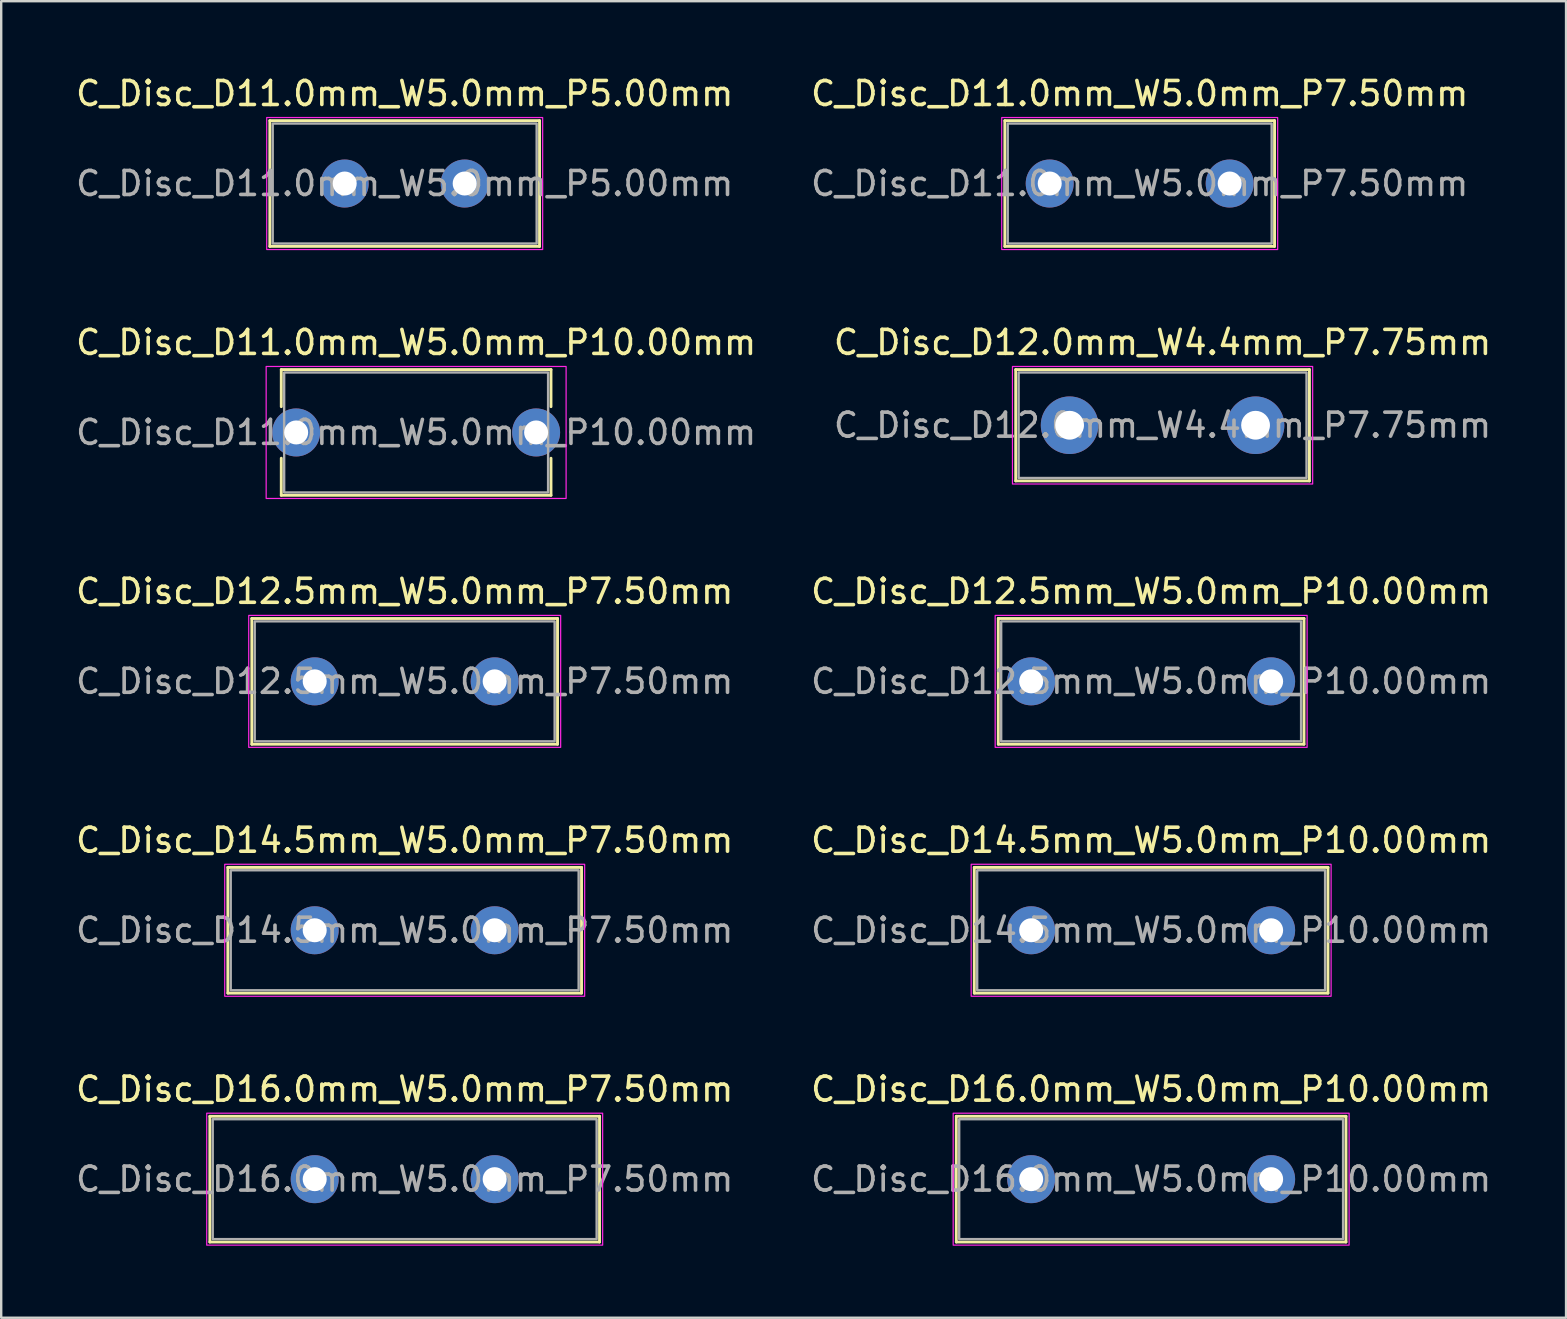
<source format=kicad_pcb>
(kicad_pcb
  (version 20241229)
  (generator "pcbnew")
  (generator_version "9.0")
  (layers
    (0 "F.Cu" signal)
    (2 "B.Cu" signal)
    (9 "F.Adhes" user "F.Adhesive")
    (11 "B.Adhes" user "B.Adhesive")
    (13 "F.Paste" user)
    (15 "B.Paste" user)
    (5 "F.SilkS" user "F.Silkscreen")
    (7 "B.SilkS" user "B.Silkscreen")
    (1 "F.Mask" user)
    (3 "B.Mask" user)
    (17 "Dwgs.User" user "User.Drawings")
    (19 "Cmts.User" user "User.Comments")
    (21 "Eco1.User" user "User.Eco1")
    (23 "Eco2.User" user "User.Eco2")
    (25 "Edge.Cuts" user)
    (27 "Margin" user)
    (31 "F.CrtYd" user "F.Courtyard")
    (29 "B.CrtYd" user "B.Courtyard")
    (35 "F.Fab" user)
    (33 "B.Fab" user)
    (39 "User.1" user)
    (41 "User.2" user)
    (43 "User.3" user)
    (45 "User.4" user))
  (footprint "C_Disc_D12.5mm_W5.0mm_P7.50mm"
    (layer "F.Cu")
    (at 10.065 25.345)
    (property "Reference" "C_Disc_D12.5mm_W5.0mm_P7.50mm" (at 3.75 -3.75 0) (layer "F.SilkS") (effects (font (size 1 1) (thickness 0.15))))
    (attr through_hole)
    (fp_line (start -2.62 -2.62) (end 10.12 -2.62) (stroke (width 0.12) (type solid)) (layer "F.SilkS"))
    (fp_line (start -2.62 2.62) (end -2.62 -2.62) (stroke (width 0.12) (type solid)) (layer "F.SilkS"))
    (fp_line (start 10.12 -2.62) (end 10.12 2.62) (stroke (width 0.12) (type solid)) (layer "F.SilkS"))
    (fp_line (start 10.12 2.62) (end -2.62 2.62) (stroke (width 0.12) (type solid)) (layer "F.SilkS"))
    (fp_rect (start -2.75 -2.75) (end 10.25 2.75) (stroke (width 0.05) (type solid)) (fill no) (layer "F.CrtYd"))
    (fp_rect (start -2.5 -2.5) (end 10 2.5) (stroke (width 0.1) (type solid)) (fill no) (layer "F.Fab"))
    (fp_text user "${REFERENCE}" (at 3.75 0 0) (layer "F.Fab") (effects (font (size 1 1) (thickness 0.15))))
    (pad "1" thru_hole circle (at 0 0) (size 2 2) (drill 1) (layers "*.Cu" "*.Mask"))
    (pad "2" thru_hole circle (at 7.5 0) (size 2 2) (drill 1) (layers "*.Cu" "*.Mask")))
  (footprint "C_Disc_D16.0mm_W5.0mm_P10.00mm"
    (layer "F.Cu")
    (at 39.923 46.091)
    (property "Reference" "C_Disc_D16.0mm_W5.0mm_P10.00mm" (at 5 -3.75 0) (layer "F.SilkS") (effects (font (size 1 1) (thickness 0.15))))
    (attr through_hole)
    (fp_line (start -3.12 -2.62) (end 13.12 -2.62) (stroke (width 0.12) (type solid)) (layer "F.SilkS"))
    (fp_line (start -3.12 2.62) (end -3.12 -2.62) (stroke (width 0.12) (type solid)) (layer "F.SilkS"))
    (fp_line (start 13.12 -2.62) (end 13.12 2.62) (stroke (width 0.12) (type solid)) (layer "F.SilkS"))
    (fp_line (start 13.12 2.62) (end -3.12 2.62) (stroke (width 0.12) (type solid)) (layer "F.SilkS"))
    (fp_rect (start -3.25 -2.75) (end 13.25 2.75) (stroke (width 0.05) (type solid)) (fill no) (layer "F.CrtYd"))
    (fp_rect (start -3 -2.5) (end 13 2.5) (stroke (width 0.1) (type solid)) (fill no) (layer "F.Fab"))
    (fp_text user "${REFERENCE}" (at 5 0 0) (layer "F.Fab") (effects (font (size 1 1) (thickness 0.15))))
    (pad "1" thru_hole circle (at 0 0) (size 2 2) (drill 1) (layers "*.Cu" "*.Mask"))
    (pad "2" thru_hole circle (at 10 0) (size 2 2) (drill 1) (layers "*.Cu" "*.Mask")))
  (footprint "C_Disc_D14.5mm_W5.0mm_P7.50mm"
    (layer "F.Cu")
    (at 10.065 35.718)
    (property "Reference" "C_Disc_D14.5mm_W5.0mm_P7.50mm" (at 3.75 -3.75 0) (layer "F.SilkS") (effects (font (size 1 1) (thickness 0.15))))
    (attr through_hole)
    (fp_line (start -3.62 -2.62) (end 11.12 -2.62) (stroke (width 0.12) (type solid)) (layer "F.SilkS"))
    (fp_line (start -3.62 2.62) (end -3.62 -2.62) (stroke (width 0.12) (type solid)) (layer "F.SilkS"))
    (fp_line (start 11.12 -2.62) (end 11.12 2.62) (stroke (width 0.12) (type solid)) (layer "F.SilkS"))
    (fp_line (start 11.12 2.62) (end -3.62 2.62) (stroke (width 0.12) (type solid)) (layer "F.SilkS"))
    (fp_rect (start -3.75 -2.75) (end 11.25 2.75) (stroke (width 0.05) (type solid)) (fill no) (layer "F.CrtYd"))
    (fp_rect (start -3.5 -2.5) (end 11 2.5) (stroke (width 0.1) (type solid)) (fill no) (layer "F.Fab"))
    (fp_text user "${REFERENCE}" (at 3.75 0 0) (layer "F.Fab") (effects (font (size 1 1) (thickness 0.15))))
    (pad "1" thru_hole circle (at 0 0) (size 2 2) (drill 1) (layers "*.Cu" "*.Mask"))
    (pad "2" thru_hole circle (at 7.5 0) (size 2 2) (drill 1) (layers "*.Cu" "*.Mask")))
  (footprint "C_Disc_D14.5mm_W5.0mm_P10.00mm"
    (layer "F.Cu")
    (at 39.923 35.718)
    (property "Reference" "C_Disc_D14.5mm_W5.0mm_P10.00mm" (at 5 -3.75 0) (layer "F.SilkS") (effects (font (size 1 1) (thickness 0.15))))
    (attr through_hole)
    (fp_line (start -2.37 -2.62) (end 12.37 -2.62) (stroke (width 0.12) (type solid)) (layer "F.SilkS"))
    (fp_line (start -2.37 2.62) (end -2.37 -2.62) (stroke (width 0.12) (type solid)) (layer "F.SilkS"))
    (fp_line (start 12.37 -2.62) (end 12.37 2.62) (stroke (width 0.12) (type solid)) (layer "F.SilkS"))
    (fp_line (start 12.37 2.62) (end -2.37 2.62) (stroke (width 0.12) (type solid)) (layer "F.SilkS"))
    (fp_rect (start -2.5 -2.75) (end 12.5 2.75) (stroke (width 0.05) (type solid)) (fill no) (layer "F.CrtYd"))
    (fp_rect (start -2.25 -2.5) (end 12.25 2.5) (stroke (width 0.1) (type solid)) (fill no) (layer "F.Fab"))
    (fp_text user "${REFERENCE}" (at 5 0 0) (layer "F.Fab") (effects (font (size 1 1) (thickness 0.15))))
    (pad "1" thru_hole circle (at 0 0) (size 2 2) (drill 1) (layers "*.Cu" "*.Mask"))
    (pad "2" thru_hole circle (at 10 0) (size 2 2) (drill 1) (layers "*.Cu" "*.Mask")))
  (footprint "C_Disc_D11.0mm_W5.0mm_P10.00mm"
    (layer "F.Cu")
    (at 9.292 14.972)
    (property "Reference" "C_Disc_D11.0mm_W5.0mm_P10.00mm" (at 5 -3.75 0) (layer "F.SilkS") (effects (font (size 1 1) (thickness 0.15))))
    (attr through_hole)
    (fp_line (start -0.62 -2.62) (end 10.62 -2.62) (stroke (width 0.12) (type solid)) (layer "F.SilkS"))
    (fp_line (start -0.62 -1.074) (end -0.62 -2.62) (stroke (width 0.12) (type solid)) (layer "F.SilkS"))
    (fp_line (start -0.62 2.62) (end -0.62 1.074) (stroke (width 0.12) (type solid)) (layer "F.SilkS"))
    (fp_line (start 10.62 -2.62) (end 10.62 -1.074) (stroke (width 0.12) (type solid)) (layer "F.SilkS"))
    (fp_line (start 10.62 1.074) (end 10.62 2.62) (stroke (width 0.12) (type solid)) (layer "F.SilkS"))
    (fp_line (start 10.62 2.62) (end -0.62 2.62) (stroke (width 0.12) (type solid)) (layer "F.SilkS"))
    (fp_rect (start -1.25 -2.75) (end 11.25 2.75) (stroke (width 0.05) (type solid)) (fill no) (layer "F.CrtYd"))
    (fp_rect (start -0.5 -2.5) (end 10.5 2.5) (stroke (width 0.1) (type solid)) (fill no) (layer "F.Fab"))
    (fp_text user "${REFERENCE}" (at 5 0 0) (layer "F.Fab") (effects (font (size 1 1) (thickness 0.15))))
    (pad "1" thru_hole circle (at 0 0) (size 2 2) (drill 1) (layers "*.Cu" "*.Mask"))
    (pad "2" thru_hole circle (at 10 0) (size 2 2) (drill 1) (layers "*.Cu" "*.Mask")))
  (footprint "C_Disc_D16.0mm_W5.0mm_P7.50mm"
    (layer "F.Cu")
    (at 10.065 46.091)
    (property "Reference" "C_Disc_D16.0mm_W5.0mm_P7.50mm" (at 3.75 -3.75 0) (layer "F.SilkS") (effects (font (size 1 1) (thickness 0.15))))
    (attr through_hole)
    (fp_line (start -4.37 -2.62) (end 11.87 -2.62) (stroke (width 0.12) (type solid)) (layer "F.SilkS"))
    (fp_line (start -4.37 2.62) (end -4.37 -2.62) (stroke (width 0.12) (type solid)) (layer "F.SilkS"))
    (fp_line (start 11.87 -2.62) (end 11.87 2.62) (stroke (width 0.12) (type solid)) (layer "F.SilkS"))
    (fp_line (start 11.87 2.62) (end -4.37 2.62) (stroke (width 0.12) (type solid)) (layer "F.SilkS"))
    (fp_rect (start -4.5 -2.75) (end 12 2.75) (stroke (width 0.05) (type solid)) (fill no) (layer "F.CrtYd"))
    (fp_rect (start -4.25 -2.5) (end 11.75 2.5) (stroke (width 0.1) (type solid)) (fill no) (layer "F.Fab"))
    (fp_text user "${REFERENCE}" (at 3.75 0 0) (layer "F.Fab") (effects (font (size 1 1) (thickness 0.15))))
    (pad "1" thru_hole circle (at 0 0) (size 2 2) (drill 1) (layers "*.Cu" "*.Mask"))
    (pad "2" thru_hole circle (at 7.5 0) (size 2 2) (drill 1) (layers "*.Cu" "*.Mask")))
  (footprint "C_Disc_D11.0mm_W5.0mm_P5.00mm"
    (layer "F.Cu")
    (at 11.315 4.598)
    (property "Reference" "C_Disc_D11.0mm_W5.0mm_P5.00mm" (at 2.5 -3.75 0) (layer "F.SilkS") (effects (font (size 1 1) (thickness 0.15))))
    (attr through_hole)
    (fp_line (start -3.12 -2.62) (end 8.12 -2.62) (stroke (width 0.12) (type solid)) (layer "F.SilkS"))
    (fp_line (start -3.12 2.62) (end -3.12 -2.62) (stroke (width 0.12) (type solid)) (layer "F.SilkS"))
    (fp_line (start 8.12 -2.62) (end 8.12 2.62) (stroke (width 0.12) (type solid)) (layer "F.SilkS"))
    (fp_line (start 8.12 2.62) (end -3.12 2.62) (stroke (width 0.12) (type solid)) (layer "F.SilkS"))
    (fp_rect (start -3.25 -2.75) (end 8.25 2.75) (stroke (width 0.05) (type solid)) (fill no) (layer "F.CrtYd"))
    (fp_rect (start -3 -2.5) (end 8 2.5) (stroke (width 0.1) (type solid)) (fill no) (layer "F.Fab"))
    (fp_text user "${REFERENCE}" (at 2.5 0 0) (layer "F.Fab") (effects (font (size 1 1) (thickness 0.15))))
    (pad "1" thru_hole circle (at 0 0) (size 2 2) (drill 1) (layers "*.Cu" "*.Mask"))
    (pad "2" thru_hole circle (at 5 0) (size 2 2) (drill 1) (layers "*.Cu" "*.Mask")))
  (footprint "C_Disc_D12.0mm_W4.4mm_P7.75mm"
    (layer "F.Cu")
    (at 41.524 14.671)
    (property "Reference" "C_Disc_D12.0mm_W4.4mm_P7.75mm" (at 3.875 -3.45 0) (layer "F.SilkS") (effects (font (size 1 1) (thickness 0.15))))
    (attr through_hole)
    (fp_line (start -2.245 -2.32) (end 9.995 -2.32) (stroke (width 0.12) (type solid)) (layer "F.SilkS"))
    (fp_line (start -2.245 2.32) (end -2.245 -2.32) (stroke (width 0.12) (type solid)) (layer "F.SilkS"))
    (fp_line (start 9.995 -2.32) (end 9.995 2.32) (stroke (width 0.12) (type solid)) (layer "F.SilkS"))
    (fp_line (start 9.995 2.32) (end -2.245 2.32) (stroke (width 0.12) (type solid)) (layer "F.SilkS"))
    (fp_rect (start -2.38 -2.45) (end 10.13 2.45) (stroke (width 0.05) (type solid)) (fill no) (layer "F.CrtYd"))
    (fp_rect (start -2.125 -2.2) (end 9.875 2.2) (stroke (width 0.1) (type solid)) (fill no) (layer "F.Fab"))
    (fp_text user "${REFERENCE}" (at 3.875 0 0) (layer "F.Fab") (effects (font (size 1 1) (thickness 0.15))))
    (pad "1" thru_hole circle (at 0 0) (size 2.4 2.4) (drill 1.2) (layers "*.Cu" "*.Mask"))
    (pad "2" thru_hole circle (at 7.75 0) (size 2.4 2.4) (drill 1.2) (layers "*.Cu" "*.Mask")))
  (footprint "C_Disc_D11.0mm_W5.0mm_P7.50mm"
    (layer "F.Cu")
    (at 40.696 4.598)
    (property "Reference" "C_Disc_D11.0mm_W5.0mm_P7.50mm" (at 3.75 -3.75 0) (layer "F.SilkS") (effects (font (size 1 1) (thickness 0.15))))
    (attr through_hole)
    (fp_line (start -1.87 -2.62) (end 9.37 -2.62) (stroke (width 0.12) (type solid)) (layer "F.SilkS"))
    (fp_line (start -1.87 2.62) (end -1.87 -2.62) (stroke (width 0.12) (type solid)) (layer "F.SilkS"))
    (fp_line (start 9.37 -2.62) (end 9.37 2.62) (stroke (width 0.12) (type solid)) (layer "F.SilkS"))
    (fp_line (start 9.37 2.62) (end -1.87 2.62) (stroke (width 0.12) (type solid)) (layer "F.SilkS"))
    (fp_rect (start -2 -2.75) (end 9.5 2.75) (stroke (width 0.05) (type solid)) (fill no) (layer "F.CrtYd"))
    (fp_rect (start -1.75 -2.5) (end 9.25 2.5) (stroke (width 0.1) (type solid)) (fill no) (layer "F.Fab"))
    (fp_text user "${REFERENCE}" (at 3.75 0 0) (layer "F.Fab") (effects (font (size 1 1) (thickness 0.15))))
    (pad "1" thru_hole circle (at 0 0) (size 2 2) (drill 1) (layers "*.Cu" "*.Mask"))
    (pad "2" thru_hole circle (at 7.5 0) (size 2 2) (drill 1) (layers "*.Cu" "*.Mask")))
  (footprint "C_Disc_D12.5mm_W5.0mm_P10.00mm"
    (layer "F.Cu")
    (at 39.923 25.345)
    (property "Reference" "C_Disc_D12.5mm_W5.0mm_P10.00mm" (at 5 -3.75 0) (layer "F.SilkS") (effects (font (size 1 1) (thickness 0.15))))
    (attr through_hole)
    (fp_line (start -1.37 -2.62) (end 11.37 -2.62) (stroke (width 0.12) (type solid)) (layer "F.SilkS"))
    (fp_line (start -1.37 2.62) (end -1.37 -2.62) (stroke (width 0.12) (type solid)) (layer "F.SilkS"))
    (fp_line (start 11.37 -2.62) (end 11.37 2.62) (stroke (width 0.12) (type solid)) (layer "F.SilkS"))
    (fp_line (start 11.37 2.62) (end -1.37 2.62) (stroke (width 0.12) (type solid)) (layer "F.SilkS"))
    (fp_rect (start -1.5 -2.75) (end 11.5 2.75) (stroke (width 0.05) (type solid)) (fill no) (layer "F.CrtYd"))
    (fp_rect (start -1.25 -2.5) (end 11.25 2.5) (stroke (width 0.1) (type solid)) (fill no) (layer "F.Fab"))
    (fp_text user "${REFERENCE}" (at 5 0 0) (layer "F.Fab") (effects (font (size 1 1) (thickness 0.15))))
    (pad "1" thru_hole circle (at 0 0) (size 2 2) (drill 1) (layers "*.Cu" "*.Mask"))
    (pad "2" thru_hole circle (at 10 0) (size 2 2) (drill 1) (layers "*.Cu" "*.Mask")))
  (gr_rect
    (start -3 -3)
    (end 62.214 51.866)
    (stroke (width 0.1) (type default))
    (fill no)
    (layer "Edge.Cuts")))
</source>
